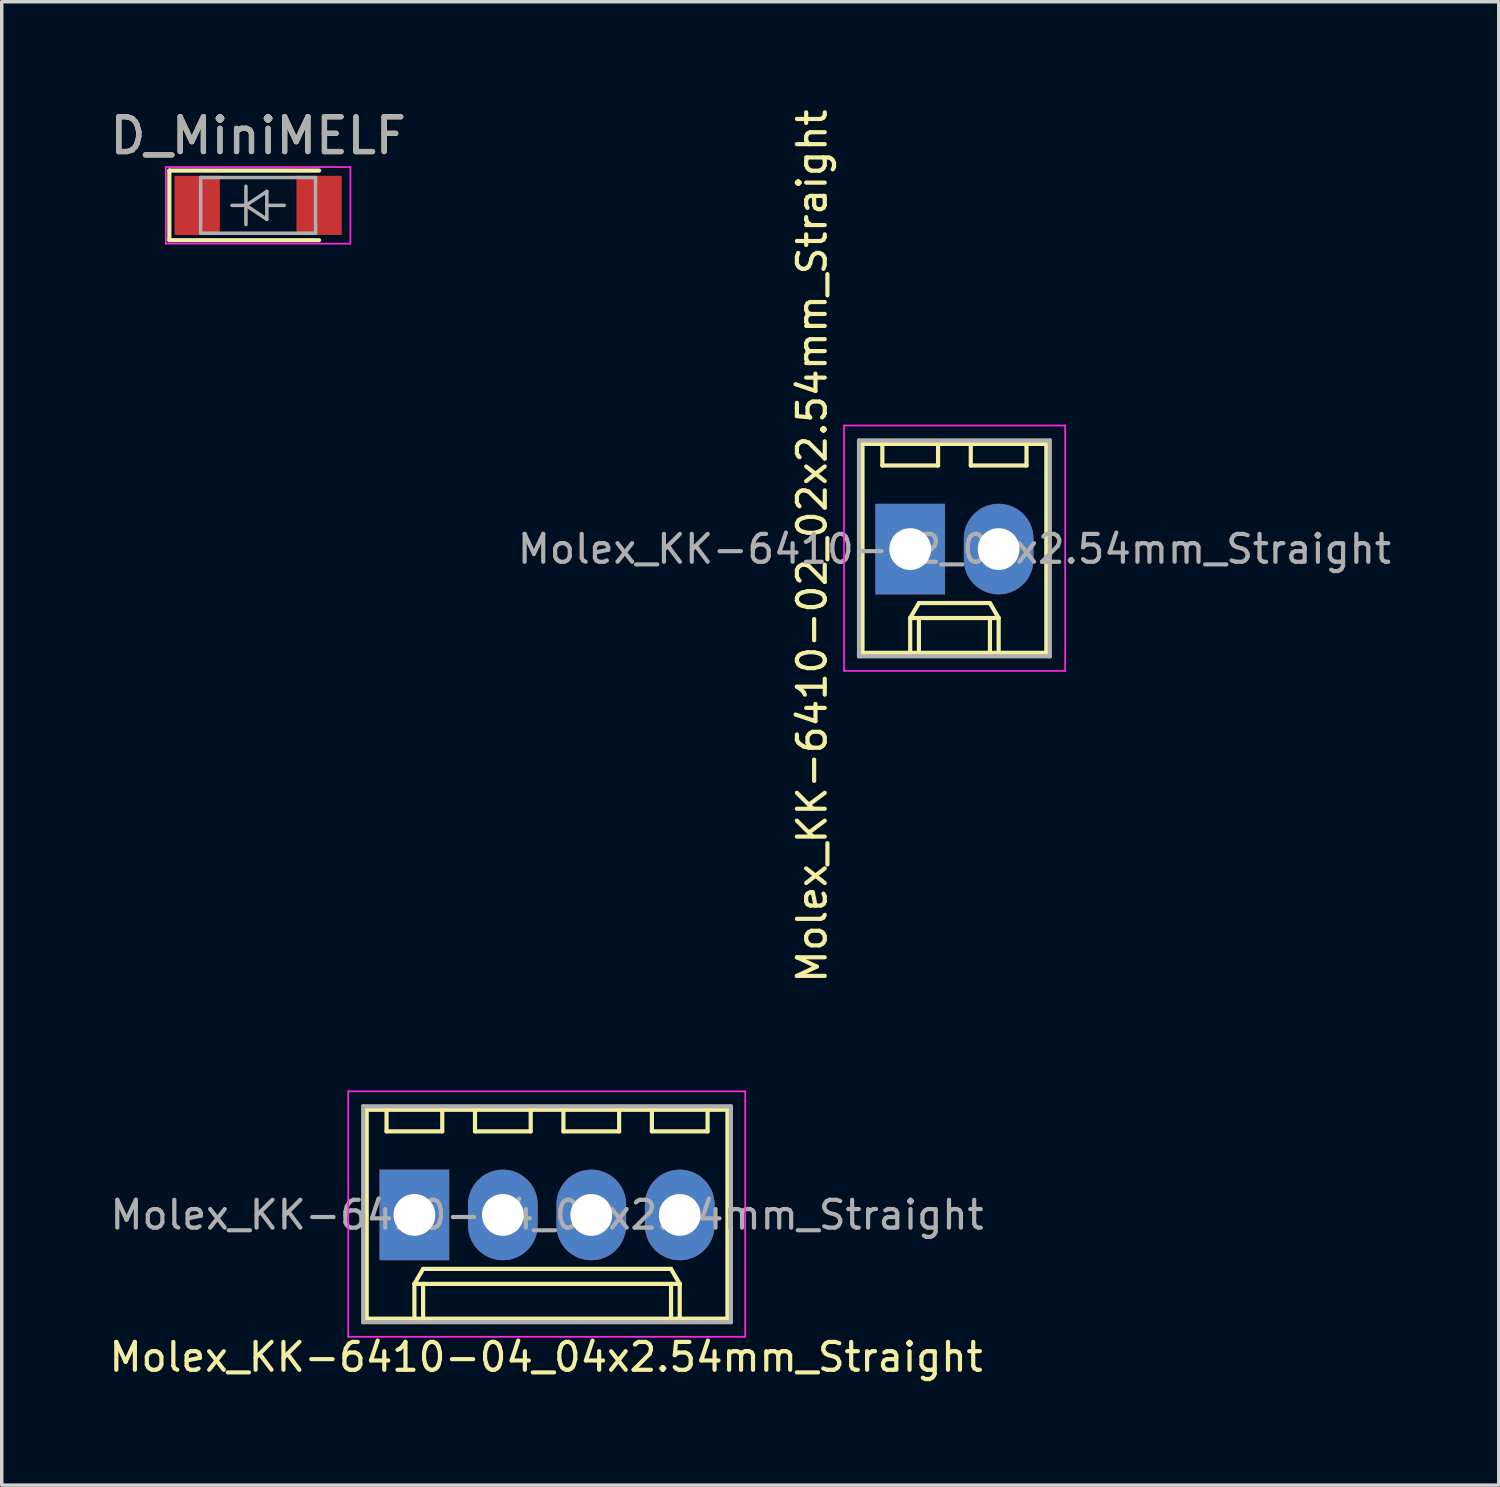
<source format=kicad_pcb>
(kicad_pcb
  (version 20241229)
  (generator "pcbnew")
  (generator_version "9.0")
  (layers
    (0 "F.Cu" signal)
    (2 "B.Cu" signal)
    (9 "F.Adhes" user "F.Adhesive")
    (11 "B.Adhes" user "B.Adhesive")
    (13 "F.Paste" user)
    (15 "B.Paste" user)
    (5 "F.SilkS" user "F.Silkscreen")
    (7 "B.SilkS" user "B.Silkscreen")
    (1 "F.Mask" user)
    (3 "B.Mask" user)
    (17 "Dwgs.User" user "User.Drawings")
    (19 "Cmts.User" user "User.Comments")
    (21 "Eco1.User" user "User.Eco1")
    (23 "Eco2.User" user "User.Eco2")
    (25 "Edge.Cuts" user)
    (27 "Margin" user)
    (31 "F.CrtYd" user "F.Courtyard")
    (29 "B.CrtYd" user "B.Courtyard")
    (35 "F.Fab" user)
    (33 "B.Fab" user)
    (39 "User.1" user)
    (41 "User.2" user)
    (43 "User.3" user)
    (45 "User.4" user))
  (footprint "Molex_KK-6410-04_04x2.54mm_Straight"
    (layer "F.Cu")
    (at 8.851 31.842)
    (property "Reference" "Molex_KK-6410-04_04x2.54mm_Straight" (at 3.782 4.082 180) (layer "F.SilkS") (effects (font (size 0.8 0.8) (thickness 0.12))))
    (attr through_hole)
    (fp_line (start -1.37 -3.02) (end -1.37 2.98) (stroke (width 0.12) (type solid)) (layer "F.SilkS"))
    (fp_line (start -1.37 2.98) (end 8.99 2.98) (stroke (width 0.12) (type solid)) (layer "F.SilkS"))
    (fp_line (start -0.8 -3.02) (end -0.8 -2.4) (stroke (width 0.12) (type solid)) (layer "F.SilkS"))
    (fp_line (start -0.8 -2.4) (end 0.8 -2.4) (stroke (width 0.12) (type solid)) (layer "F.SilkS"))
    (fp_line (start 0 1.98) (end 0.25 1.55) (stroke (width 0.12) (type solid)) (layer "F.SilkS"))
    (fp_line (start 0 1.98) (end 7.62 1.98) (stroke (width 0.12) (type solid)) (layer "F.SilkS"))
    (fp_line (start 0 2.98) (end 0 1.98) (stroke (width 0.12) (type solid)) (layer "F.SilkS"))
    (fp_line (start 0.25 1.55) (end 7.37 1.55) (stroke (width 0.12) (type solid)) (layer "F.SilkS"))
    (fp_line (start 0.25 2.98) (end 0.25 1.98) (stroke (width 0.12) (type solid)) (layer "F.SilkS"))
    (fp_line (start 0.8 -2.4) (end 0.8 -3.02) (stroke (width 0.12) (type solid)) (layer "F.SilkS"))
    (fp_line (start 1.74 -3.02) (end 1.74 -2.4) (stroke (width 0.12) (type solid)) (layer "F.SilkS"))
    (fp_line (start 1.74 -2.4) (end 3.34 -2.4) (stroke (width 0.12) (type solid)) (layer "F.SilkS"))
    (fp_line (start 3.34 -2.4) (end 3.34 -3.02) (stroke (width 0.12) (type solid)) (layer "F.SilkS"))
    (fp_line (start 4.28 -3.02) (end 4.28 -2.4) (stroke (width 0.12) (type solid)) (layer "F.SilkS"))
    (fp_line (start 4.28 -2.4) (end 5.88 -2.4) (stroke (width 0.12) (type solid)) (layer "F.SilkS"))
    (fp_line (start 5.88 -2.4) (end 5.88 -3.02) (stroke (width 0.12) (type solid)) (layer "F.SilkS"))
    (fp_line (start 6.82 -3.02) (end 6.82 -2.4) (stroke (width 0.12) (type solid)) (layer "F.SilkS"))
    (fp_line (start 6.82 -2.4) (end 8.42 -2.4) (stroke (width 0.12) (type solid)) (layer "F.SilkS"))
    (fp_line (start 7.37 1.55) (end 7.62 1.98) (stroke (width 0.12) (type solid)) (layer "F.SilkS"))
    (fp_line (start 7.37 2.98) (end 7.37 1.98) (stroke (width 0.12) (type solid)) (layer "F.SilkS"))
    (fp_line (start 7.62 1.98) (end 7.62 2.98) (stroke (width 0.12) (type solid)) (layer "F.SilkS"))
    (fp_line (start 8.42 -2.4) (end 8.42 -3.02) (stroke (width 0.12) (type solid)) (layer "F.SilkS"))
    (fp_line (start 8.99 -3.02) (end -1.37 -3.02) (stroke (width 0.12) (type solid)) (layer "F.SilkS"))
    (fp_line (start 8.99 2.98) (end 8.99 -3.02) (stroke (width 0.12) (type solid)) (layer "F.SilkS"))
    (fp_line (start -1.9 -3.55) (end 9.5 -3.55) (stroke (width 0.05) (type solid)) (layer "F.CrtYd"))
    (fp_line (start -1.9 3.5) (end -1.9 -3.55) (stroke (width 0.05) (type solid)) (layer "F.CrtYd"))
    (fp_line (start 9.5 -3.55) (end 9.5 3.5) (stroke (width 0.05) (type solid)) (layer "F.CrtYd"))
    (fp_line (start 9.5 3.5) (end -1.9 3.5) (stroke (width 0.05) (type solid)) (layer "F.CrtYd"))
    (fp_line (start -1.47 -3.12) (end -1.47 3.08) (stroke (width 0.12) (type solid)) (layer "F.Fab"))
    (fp_line (start -1.47 3.08) (end 9.09 3.08) (stroke (width 0.12) (type solid)) (layer "F.Fab"))
    (fp_line (start 9.09 -3.12) (end -1.47 -3.12) (stroke (width 0.12) (type solid)) (layer "F.Fab"))
    (fp_line (start 9.09 3.08) (end 9.09 -3.12) (stroke (width 0.12) (type solid)) (layer "F.Fab"))
    (fp_text user "${REFERENCE}" (at 3.81 0 0) (layer "F.Fab") (effects (font (size 0.8 0.8) (thickness 0.12))))
    (pad "1" thru_hole rect (at 0 0) (size 2 2.6) (drill 1.2) (layers "*.Cu" "*.Mask"))
    (pad "2" thru_hole oval (at 2.54 0) (size 2 2.6) (drill 1.2) (layers "*.Cu" "*.Mask"))
    (pad "3" thru_hole oval (at 5.08 0) (size 2 2.6) (drill 1.2) (layers "*.Cu" "*.Mask"))
    (pad "4" thru_hole oval (at 7.62 0) (size 2 2.6) (drill 1.2) (layers "*.Cu" "*.Mask")))
  (footprint "Molex_KK-6410-02_02x2.54mm_Straight"
    (layer "F.Cu")
    (at 23.09 12.719)
    (property "Reference" "Molex_KK-6410-02_02x2.54mm_Straight" (at -2.818 -0.086 90) (layer "F.SilkS") (effects (font (size 0.8 0.8) (thickness 0.12))))
    (attr through_hole)
    (fp_line (start -1.37 -3.02) (end -1.37 2.98) (stroke (width 0.12) (type solid)) (layer "F.SilkS"))
    (fp_line (start -1.37 2.98) (end 3.91 2.98) (stroke (width 0.12) (type solid)) (layer "F.SilkS"))
    (fp_line (start -0.8 -3.02) (end -0.8 -2.4) (stroke (width 0.12) (type solid)) (layer "F.SilkS"))
    (fp_line (start -0.8 -2.4) (end 0.8 -2.4) (stroke (width 0.12) (type solid)) (layer "F.SilkS"))
    (fp_line (start 0 1.98) (end 0.25 1.55) (stroke (width 0.12) (type solid)) (layer "F.SilkS"))
    (fp_line (start 0 1.98) (end 2.54 1.98) (stroke (width 0.12) (type solid)) (layer "F.SilkS"))
    (fp_line (start 0 2.98) (end 0 1.98) (stroke (width 0.12) (type solid)) (layer "F.SilkS"))
    (fp_line (start 0.25 1.55) (end 2.29 1.55) (stroke (width 0.12) (type solid)) (layer "F.SilkS"))
    (fp_line (start 0.25 2.98) (end 0.25 1.98) (stroke (width 0.12) (type solid)) (layer "F.SilkS"))
    (fp_line (start 0.8 -2.4) (end 0.8 -3.02) (stroke (width 0.12) (type solid)) (layer "F.SilkS"))
    (fp_line (start 1.74 -3.02) (end 1.74 -2.4) (stroke (width 0.12) (type solid)) (layer "F.SilkS"))
    (fp_line (start 1.74 -2.4) (end 3.34 -2.4) (stroke (width 0.12) (type solid)) (layer "F.SilkS"))
    (fp_line (start 2.29 1.55) (end 2.54 1.98) (stroke (width 0.12) (type solid)) (layer "F.SilkS"))
    (fp_line (start 2.29 2.98) (end 2.29 1.98) (stroke (width 0.12) (type solid)) (layer "F.SilkS"))
    (fp_line (start 2.54 1.98) (end 2.54 2.98) (stroke (width 0.12) (type solid)) (layer "F.SilkS"))
    (fp_line (start 3.34 -2.4) (end 3.34 -3.02) (stroke (width 0.12) (type solid)) (layer "F.SilkS"))
    (fp_line (start 3.91 -3.02) (end -1.37 -3.02) (stroke (width 0.12) (type solid)) (layer "F.SilkS"))
    (fp_line (start 3.91 2.98) (end 3.91 -3.02) (stroke (width 0.12) (type solid)) (layer "F.SilkS"))
    (fp_line (start -1.9 -3.55) (end 4.45 -3.55) (stroke (width 0.05) (type solid)) (layer "F.CrtYd"))
    (fp_line (start -1.9 3.5) (end -1.9 -3.55) (stroke (width 0.05) (type solid)) (layer "F.CrtYd"))
    (fp_line (start 4.45 -3.55) (end 4.45 3.5) (stroke (width 0.05) (type solid)) (layer "F.CrtYd"))
    (fp_line (start 4.45 3.5) (end -1.9 3.5) (stroke (width 0.05) (type solid)) (layer "F.CrtYd"))
    (fp_line (start -1.47 -3.12) (end -1.47 3.08) (stroke (width 0.12) (type solid)) (layer "F.Fab"))
    (fp_line (start -1.47 3.08) (end 4.01 3.08) (stroke (width 0.12) (type solid)) (layer "F.Fab"))
    (fp_line (start 4.01 -3.12) (end -1.47 -3.12) (stroke (width 0.12) (type solid)) (layer "F.Fab"))
    (fp_line (start 4.01 3.08) (end 4.01 -3.12) (stroke (width 0.12) (type solid)) (layer "F.Fab"))
    (fp_text user "${REFERENCE}" (at 1.27 0 0) (layer "F.Fab") (effects (font (size 0.8 0.8) (thickness 0.12))))
    (pad "1" thru_hole rect (at 0 0) (size 2 2.6) (drill 1.2) (layers "*.Cu" "*.Mask"))
    (pad "2" thru_hole oval (at 2.54 0) (size 2 2.6) (drill 1.2) (layers "*.Cu" "*.Mask")))
  (footprint "D_MiniMELF"
    (layer "F.Cu")
    (at 4.363 2.848)
    (property "Reference" "D_MiniMELF" (at 0 -2 0) (layer "F.SilkS") (effects (font (size 1 1) (thickness 0.15))))
    (attr smd)
    (fp_line (start -2.55 -1) (end -2.55 1) (stroke (width 0.12) (type solid)) (layer "F.SilkS"))
    (fp_line (start -2.55 1) (end 1.75 1) (stroke (width 0.12) (type solid)) (layer "F.SilkS"))
    (fp_line (start 1.75 -1) (end -2.55 -1) (stroke (width 0.12) (type solid)) (layer "F.SilkS"))
    (fp_line (start -2.65 -1.1) (end 2.65 -1.1) (stroke (width 0.05) (type solid)) (layer "F.CrtYd"))
    (fp_line (start -2.65 1.1) (end -2.65 -1.1) (stroke (width 0.05) (type solid)) (layer "F.CrtYd"))
    (fp_line (start 2.65 -1.1) (end 2.65 1.1) (stroke (width 0.05) (type solid)) (layer "F.CrtYd"))
    (fp_line (start 2.65 1.1) (end -2.65 1.1) (stroke (width 0.05) (type solid)) (layer "F.CrtYd"))
    (fp_line (start -1.65 -0.8) (end 1.65 -0.8) (stroke (width 0.1) (type solid)) (layer "F.Fab"))
    (fp_line (start -1.65 0.8) (end -1.65 -0.8) (stroke (width 0.1) (type solid)) (layer "F.Fab"))
    (fp_line (start -0.75 0) (end -0.35 0) (stroke (width 0.1) (type solid)) (layer "F.Fab"))
    (fp_line (start -0.35 0) (end -0.35 -0.55) (stroke (width 0.1) (type solid)) (layer "F.Fab"))
    (fp_line (start -0.35 0) (end -0.35 0.55) (stroke (width 0.1) (type solid)) (layer "F.Fab"))
    (fp_line (start -0.35 0) (end 0.25 -0.4) (stroke (width 0.1) (type solid)) (layer "F.Fab"))
    (fp_line (start 0.25 -0.4) (end 0.25 0.4) (stroke (width 0.1) (type solid)) (layer "F.Fab"))
    (fp_line (start 0.25 0) (end 0.75 0) (stroke (width 0.1) (type solid)) (layer "F.Fab"))
    (fp_line (start 0.25 0.4) (end -0.35 0) (stroke (width 0.1) (type solid)) (layer "F.Fab"))
    (fp_line (start 1.65 -0.8) (end 1.65 0.8) (stroke (width 0.1) (type solid)) (layer "F.Fab"))
    (fp_line (start 1.65 0.8) (end -1.65 0.8) (stroke (width 0.1) (type solid)) (layer "F.Fab"))
    (fp_text user "${REFERENCE}" (at 0 -2 0) (layer "F.Fab") (effects (font (size 1 1) (thickness 0.15))))
    (pad "1" smd rect (at -1.75 0) (size 1.3 1.7) (layers "F.Cu" "F.Mask" "F.Paste"))
    (pad "2" smd rect (at 1.75 0) (size 1.3 1.7) (layers "F.Cu" "F.Mask" "F.Paste")))
  (gr_rect
    (start -3 -3)
    (end 39.993 39.602)
    (stroke (width 0.1) (type default))
    (fill no)
    (layer "Edge.Cuts")))
</source>
